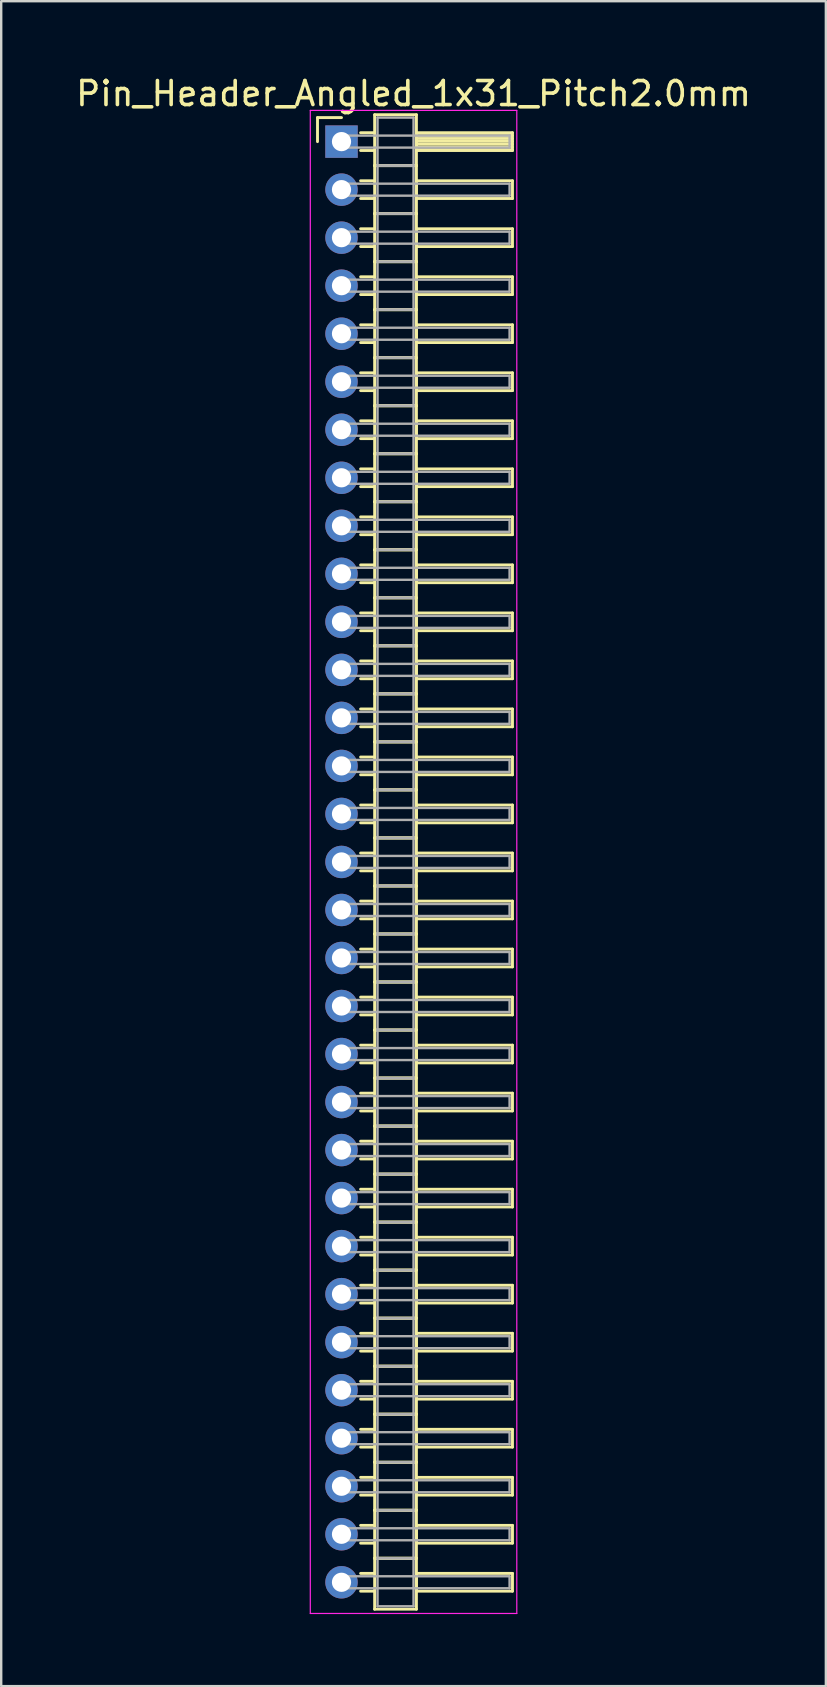
<source format=kicad_pcb>
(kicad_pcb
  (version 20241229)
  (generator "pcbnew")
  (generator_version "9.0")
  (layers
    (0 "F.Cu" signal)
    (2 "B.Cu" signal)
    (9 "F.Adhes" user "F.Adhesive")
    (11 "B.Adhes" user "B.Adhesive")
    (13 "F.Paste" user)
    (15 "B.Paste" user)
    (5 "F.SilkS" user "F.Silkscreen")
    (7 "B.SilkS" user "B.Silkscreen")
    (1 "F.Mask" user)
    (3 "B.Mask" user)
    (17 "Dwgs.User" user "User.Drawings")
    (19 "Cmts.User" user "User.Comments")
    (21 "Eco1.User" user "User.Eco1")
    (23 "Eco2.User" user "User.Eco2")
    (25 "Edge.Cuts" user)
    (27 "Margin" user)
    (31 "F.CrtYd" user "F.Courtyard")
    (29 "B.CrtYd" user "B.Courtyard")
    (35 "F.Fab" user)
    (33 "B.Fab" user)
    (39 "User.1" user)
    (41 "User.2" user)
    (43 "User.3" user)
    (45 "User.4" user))
  (footprint "Pin_Header_Angled_1x31_Pitch2.0mm"
    (layer "F.Cu")
    (at 11.173 2.848)
    (property "Reference" "Pin_Header_Angled_1x31_Pitch2.0mm" (at 3 -2 0) (layer "F.SilkS") (effects (font (size 1 1) (thickness 0.15))))
    (attr through_hole)
    (fp_line (start -1 -1) (end 0 -1) (stroke (width 0.12) (type solid)) (layer "F.SilkS"))
    (fp_line (start -1 0) (end -1 -1) (stroke (width 0.12) (type solid)) (layer "F.SilkS"))
    (fp_line (start 0.795 -0.37) (end 1.38 -0.37) (stroke (width 0.12) (type solid)) (layer "F.SilkS"))
    (fp_line (start 0.795 0.37) (end 1.38 0.37) (stroke (width 0.12) (type solid)) (layer "F.SilkS"))
    (fp_line (start 0.795 1.63) (end 1.38 1.63) (stroke (width 0.12) (type solid)) (layer "F.SilkS"))
    (fp_line (start 0.795 2.37) (end 1.38 2.37) (stroke (width 0.12) (type solid)) (layer "F.SilkS"))
    (fp_line (start 0.795 3.63) (end 1.38 3.63) (stroke (width 0.12) (type solid)) (layer "F.SilkS"))
    (fp_line (start 0.795 4.37) (end 1.38 4.37) (stroke (width 0.12) (type solid)) (layer "F.SilkS"))
    (fp_line (start 0.795 5.63) (end 1.38 5.63) (stroke (width 0.12) (type solid)) (layer "F.SilkS"))
    (fp_line (start 0.795 6.37) (end 1.38 6.37) (stroke (width 0.12) (type solid)) (layer "F.SilkS"))
    (fp_line (start 0.795 7.63) (end 1.38 7.63) (stroke (width 0.12) (type solid)) (layer "F.SilkS"))
    (fp_line (start 0.795 8.37) (end 1.38 8.37) (stroke (width 0.12) (type solid)) (layer "F.SilkS"))
    (fp_line (start 0.795 9.63) (end 1.38 9.63) (stroke (width 0.12) (type solid)) (layer "F.SilkS"))
    (fp_line (start 0.795 10.37) (end 1.38 10.37) (stroke (width 0.12) (type solid)) (layer "F.SilkS"))
    (fp_line (start 0.795 11.63) (end 1.38 11.63) (stroke (width 0.12) (type solid)) (layer "F.SilkS"))
    (fp_line (start 0.795 12.37) (end 1.38 12.37) (stroke (width 0.12) (type solid)) (layer "F.SilkS"))
    (fp_line (start 0.795 13.63) (end 1.38 13.63) (stroke (width 0.12) (type solid)) (layer "F.SilkS"))
    (fp_line (start 0.795 14.37) (end 1.38 14.37) (stroke (width 0.12) (type solid)) (layer "F.SilkS"))
    (fp_line (start 0.795 15.63) (end 1.38 15.63) (stroke (width 0.12) (type solid)) (layer "F.SilkS"))
    (fp_line (start 0.795 16.37) (end 1.38 16.37) (stroke (width 0.12) (type solid)) (layer "F.SilkS"))
    (fp_line (start 0.795 17.63) (end 1.38 17.63) (stroke (width 0.12) (type solid)) (layer "F.SilkS"))
    (fp_line (start 0.795 18.37) (end 1.38 18.37) (stroke (width 0.12) (type solid)) (layer "F.SilkS"))
    (fp_line (start 0.795 19.63) (end 1.38 19.63) (stroke (width 0.12) (type solid)) (layer "F.SilkS"))
    (fp_line (start 0.795 20.37) (end 1.38 20.37) (stroke (width 0.12) (type solid)) (layer "F.SilkS"))
    (fp_line (start 0.795 21.63) (end 1.38 21.63) (stroke (width 0.12) (type solid)) (layer "F.SilkS"))
    (fp_line (start 0.795 22.37) (end 1.38 22.37) (stroke (width 0.12) (type solid)) (layer "F.SilkS"))
    (fp_line (start 0.795 23.63) (end 1.38 23.63) (stroke (width 0.12) (type solid)) (layer "F.SilkS"))
    (fp_line (start 0.795 24.37) (end 1.38 24.37) (stroke (width 0.12) (type solid)) (layer "F.SilkS"))
    (fp_line (start 0.795 25.63) (end 1.38 25.63) (stroke (width 0.12) (type solid)) (layer "F.SilkS"))
    (fp_line (start 0.795 26.37) (end 1.38 26.37) (stroke (width 0.12) (type solid)) (layer "F.SilkS"))
    (fp_line (start 0.795 27.63) (end 1.38 27.63) (stroke (width 0.12) (type solid)) (layer "F.SilkS"))
    (fp_line (start 0.795 28.37) (end 1.38 28.37) (stroke (width 0.12) (type solid)) (layer "F.SilkS"))
    (fp_line (start 0.795 29.63) (end 1.38 29.63) (stroke (width 0.12) (type solid)) (layer "F.SilkS"))
    (fp_line (start 0.795 30.37) (end 1.38 30.37) (stroke (width 0.12) (type solid)) (layer "F.SilkS"))
    (fp_line (start 0.795 31.63) (end 1.38 31.63) (stroke (width 0.12) (type solid)) (layer "F.SilkS"))
    (fp_line (start 0.795 32.37) (end 1.38 32.37) (stroke (width 0.12) (type solid)) (layer "F.SilkS"))
    (fp_line (start 0.795 33.63) (end 1.38 33.63) (stroke (width 0.12) (type solid)) (layer "F.SilkS"))
    (fp_line (start 0.795 34.37) (end 1.38 34.37) (stroke (width 0.12) (type solid)) (layer "F.SilkS"))
    (fp_line (start 0.795 35.63) (end 1.38 35.63) (stroke (width 0.12) (type solid)) (layer "F.SilkS"))
    (fp_line (start 0.795 36.37) (end 1.38 36.37) (stroke (width 0.12) (type solid)) (layer "F.SilkS"))
    (fp_line (start 0.795 37.63) (end 1.38 37.63) (stroke (width 0.12) (type solid)) (layer "F.SilkS"))
    (fp_line (start 0.795 38.37) (end 1.38 38.37) (stroke (width 0.12) (type solid)) (layer "F.SilkS"))
    (fp_line (start 0.795 39.63) (end 1.38 39.63) (stroke (width 0.12) (type solid)) (layer "F.SilkS"))
    (fp_line (start 0.795 40.37) (end 1.38 40.37) (stroke (width 0.12) (type solid)) (layer "F.SilkS"))
    (fp_line (start 0.795 41.63) (end 1.38 41.63) (stroke (width 0.12) (type solid)) (layer "F.SilkS"))
    (fp_line (start 0.795 42.37) (end 1.38 42.37) (stroke (width 0.12) (type solid)) (layer "F.SilkS"))
    (fp_line (start 0.795 43.63) (end 1.38 43.63) (stroke (width 0.12) (type solid)) (layer "F.SilkS"))
    (fp_line (start 0.795 44.37) (end 1.38 44.37) (stroke (width 0.12) (type solid)) (layer "F.SilkS"))
    (fp_line (start 0.795 45.63) (end 1.38 45.63) (stroke (width 0.12) (type solid)) (layer "F.SilkS"))
    (fp_line (start 0.795 46.37) (end 1.38 46.37) (stroke (width 0.12) (type solid)) (layer "F.SilkS"))
    (fp_line (start 0.795 47.63) (end 1.38 47.63) (stroke (width 0.12) (type solid)) (layer "F.SilkS"))
    (fp_line (start 0.795 48.37) (end 1.38 48.37) (stroke (width 0.12) (type solid)) (layer "F.SilkS"))
    (fp_line (start 0.795 49.63) (end 1.38 49.63) (stroke (width 0.12) (type solid)) (layer "F.SilkS"))
    (fp_line (start 0.795 50.37) (end 1.38 50.37) (stroke (width 0.12) (type solid)) (layer "F.SilkS"))
    (fp_line (start 0.795 51.63) (end 1.38 51.63) (stroke (width 0.12) (type solid)) (layer "F.SilkS"))
    (fp_line (start 0.795 52.37) (end 1.38 52.37) (stroke (width 0.12) (type solid)) (layer "F.SilkS"))
    (fp_line (start 0.795 53.63) (end 1.38 53.63) (stroke (width 0.12) (type solid)) (layer "F.SilkS"))
    (fp_line (start 0.795 54.37) (end 1.38 54.37) (stroke (width 0.12) (type solid)) (layer "F.SilkS"))
    (fp_line (start 0.795 55.63) (end 1.38 55.63) (stroke (width 0.12) (type solid)) (layer "F.SilkS"))
    (fp_line (start 0.795 56.37) (end 1.38 56.37) (stroke (width 0.12) (type solid)) (layer "F.SilkS"))
    (fp_line (start 0.795 57.63) (end 1.38 57.63) (stroke (width 0.12) (type solid)) (layer "F.SilkS"))
    (fp_line (start 0.795 58.37) (end 1.38 58.37) (stroke (width 0.12) (type solid)) (layer "F.SilkS"))
    (fp_line (start 0.795 59.63) (end 1.38 59.63) (stroke (width 0.12) (type solid)) (layer "F.SilkS"))
    (fp_line (start 0.795 60.37) (end 1.38 60.37) (stroke (width 0.12) (type solid)) (layer "F.SilkS"))
    (fp_line (start 1.38 -1.12) (end 1.38 1) (stroke (width 0.12) (type solid)) (layer "F.SilkS"))
    (fp_line (start 1.38 1) (end 1.38 3) (stroke (width 0.12) (type solid)) (layer "F.SilkS"))
    (fp_line (start 1.38 1) (end 3.12 1) (stroke (width 0.12) (type solid)) (layer "F.SilkS"))
    (fp_line (start 1.38 3) (end 1.38 5) (stroke (width 0.12) (type solid)) (layer "F.SilkS"))
    (fp_line (start 1.38 3) (end 3.12 3) (stroke (width 0.12) (type solid)) (layer "F.SilkS"))
    (fp_line (start 1.38 5) (end 1.38 7) (stroke (width 0.12) (type solid)) (layer "F.SilkS"))
    (fp_line (start 1.38 5) (end 3.12 5) (stroke (width 0.12) (type solid)) (layer "F.SilkS"))
    (fp_line (start 1.38 7) (end 1.38 9) (stroke (width 0.12) (type solid)) (layer "F.SilkS"))
    (fp_line (start 1.38 7) (end 3.12 7) (stroke (width 0.12) (type solid)) (layer "F.SilkS"))
    (fp_line (start 1.38 9) (end 1.38 11) (stroke (width 0.12) (type solid)) (layer "F.SilkS"))
    (fp_line (start 1.38 9) (end 3.12 9) (stroke (width 0.12) (type solid)) (layer "F.SilkS"))
    (fp_line (start 1.38 11) (end 1.38 13) (stroke (width 0.12) (type solid)) (layer "F.SilkS"))
    (fp_line (start 1.38 11) (end 3.12 11) (stroke (width 0.12) (type solid)) (layer "F.SilkS"))
    (fp_line (start 1.38 13) (end 1.38 15) (stroke (width 0.12) (type solid)) (layer "F.SilkS"))
    (fp_line (start 1.38 13) (end 3.12 13) (stroke (width 0.12) (type solid)) (layer "F.SilkS"))
    (fp_line (start 1.38 15) (end 1.38 17) (stroke (width 0.12) (type solid)) (layer "F.SilkS"))
    (fp_line (start 1.38 15) (end 3.12 15) (stroke (width 0.12) (type solid)) (layer "F.SilkS"))
    (fp_line (start 1.38 17) (end 1.38 19) (stroke (width 0.12) (type solid)) (layer "F.SilkS"))
    (fp_line (start 1.38 17) (end 3.12 17) (stroke (width 0.12) (type solid)) (layer "F.SilkS"))
    (fp_line (start 1.38 19) (end 1.38 21) (stroke (width 0.12) (type solid)) (layer "F.SilkS"))
    (fp_line (start 1.38 19) (end 3.12 19) (stroke (width 0.12) (type solid)) (layer "F.SilkS"))
    (fp_line (start 1.38 21) (end 1.38 23) (stroke (width 0.12) (type solid)) (layer "F.SilkS"))
    (fp_line (start 1.38 21) (end 3.12 21) (stroke (width 0.12) (type solid)) (layer "F.SilkS"))
    (fp_line (start 1.38 23) (end 1.38 25) (stroke (width 0.12) (type solid)) (layer "F.SilkS"))
    (fp_line (start 1.38 23) (end 3.12 23) (stroke (width 0.12) (type solid)) (layer "F.SilkS"))
    (fp_line (start 1.38 25) (end 1.38 27) (stroke (width 0.12) (type solid)) (layer "F.SilkS"))
    (fp_line (start 1.38 25) (end 3.12 25) (stroke (width 0.12) (type solid)) (layer "F.SilkS"))
    (fp_line (start 1.38 27) (end 1.38 29) (stroke (width 0.12) (type solid)) (layer "F.SilkS"))
    (fp_line (start 1.38 27) (end 3.12 27) (stroke (width 0.12) (type solid)) (layer "F.SilkS"))
    (fp_line (start 1.38 29) (end 1.38 31) (stroke (width 0.12) (type solid)) (layer "F.SilkS"))
    (fp_line (start 1.38 29) (end 3.12 29) (stroke (width 0.12) (type solid)) (layer "F.SilkS"))
    (fp_line (start 1.38 31) (end 1.38 33) (stroke (width 0.12) (type solid)) (layer "F.SilkS"))
    (fp_line (start 1.38 31) (end 3.12 31) (stroke (width 0.12) (type solid)) (layer "F.SilkS"))
    (fp_line (start 1.38 33) (end 1.38 35) (stroke (width 0.12) (type solid)) (layer "F.SilkS"))
    (fp_line (start 1.38 33) (end 3.12 33) (stroke (width 0.12) (type solid)) (layer "F.SilkS"))
    (fp_line (start 1.38 35) (end 1.38 37) (stroke (width 0.12) (type solid)) (layer "F.SilkS"))
    (fp_line (start 1.38 35) (end 3.12 35) (stroke (width 0.12) (type solid)) (layer "F.SilkS"))
    (fp_line (start 1.38 37) (end 1.38 39) (stroke (width 0.12) (type solid)) (layer "F.SilkS"))
    (fp_line (start 1.38 37) (end 3.12 37) (stroke (width 0.12) (type solid)) (layer "F.SilkS"))
    (fp_line (start 1.38 39) (end 1.38 41) (stroke (width 0.12) (type solid)) (layer "F.SilkS"))
    (fp_line (start 1.38 39) (end 3.12 39) (stroke (width 0.12) (type solid)) (layer "F.SilkS"))
    (fp_line (start 1.38 41) (end 1.38 43) (stroke (width 0.12) (type solid)) (layer "F.SilkS"))
    (fp_line (start 1.38 41) (end 3.12 41) (stroke (width 0.12) (type solid)) (layer "F.SilkS"))
    (fp_line (start 1.38 43) (end 1.38 45) (stroke (width 0.12) (type solid)) (layer "F.SilkS"))
    (fp_line (start 1.38 43) (end 3.12 43) (stroke (width 0.12) (type solid)) (layer "F.SilkS"))
    (fp_line (start 1.38 45) (end 1.38 47) (stroke (width 0.12) (type solid)) (layer "F.SilkS"))
    (fp_line (start 1.38 45) (end 3.12 45) (stroke (width 0.12) (type solid)) (layer "F.SilkS"))
    (fp_line (start 1.38 47) (end 1.38 49) (stroke (width 0.12) (type solid)) (layer "F.SilkS"))
    (fp_line (start 1.38 47) (end 3.12 47) (stroke (width 0.12) (type solid)) (layer "F.SilkS"))
    (fp_line (start 1.38 49) (end 1.38 51) (stroke (width 0.12) (type solid)) (layer "F.SilkS"))
    (fp_line (start 1.38 49) (end 3.12 49) (stroke (width 0.12) (type solid)) (layer "F.SilkS"))
    (fp_line (start 1.38 51) (end 1.38 53) (stroke (width 0.12) (type solid)) (layer "F.SilkS"))
    (fp_line (start 1.38 51) (end 3.12 51) (stroke (width 0.12) (type solid)) (layer "F.SilkS"))
    (fp_line (start 1.38 53) (end 1.38 55) (stroke (width 0.12) (type solid)) (layer "F.SilkS"))
    (fp_line (start 1.38 53) (end 3.12 53) (stroke (width 0.12) (type solid)) (layer "F.SilkS"))
    (fp_line (start 1.38 55) (end 1.38 57) (stroke (width 0.12) (type solid)) (layer "F.SilkS"))
    (fp_line (start 1.38 55) (end 3.12 55) (stroke (width 0.12) (type solid)) (layer "F.SilkS"))
    (fp_line (start 1.38 57) (end 1.38 59) (stroke (width 0.12) (type solid)) (layer "F.SilkS"))
    (fp_line (start 1.38 57) (end 3.12 57) (stroke (width 0.12) (type solid)) (layer "F.SilkS"))
    (fp_line (start 1.38 59) (end 1.38 61.12) (stroke (width 0.12) (type solid)) (layer "F.SilkS"))
    (fp_line (start 1.38 59) (end 3.12 59) (stroke (width 0.12) (type solid)) (layer "F.SilkS"))
    (fp_line (start 1.38 61.12) (end 3.12 61.12) (stroke (width 0.12) (type solid)) (layer "F.SilkS"))
    (fp_line (start 3.12 -1.12) (end 1.38 -1.12) (stroke (width 0.12) (type solid)) (layer "F.SilkS"))
    (fp_line (start 3.12 -0.37) (end 3.12 0.37) (stroke (width 0.12) (type solid)) (layer "F.SilkS"))
    (fp_line (start 3.12 -0.25) (end 7.12 -0.25) (stroke (width 0.12) (type solid)) (layer "F.SilkS"))
    (fp_line (start 3.12 -0.13) (end 7.12 -0.13) (stroke (width 0.12) (type solid)) (layer "F.SilkS"))
    (fp_line (start 3.12 -0.01) (end 7.12 -0.01) (stroke (width 0.12) (type solid)) (layer "F.SilkS"))
    (fp_line (start 3.12 0.11) (end 7.12 0.11) (stroke (width 0.12) (type solid)) (layer "F.SilkS"))
    (fp_line (start 3.12 0.23) (end 7.12 0.23) (stroke (width 0.12) (type solid)) (layer "F.SilkS"))
    (fp_line (start 3.12 0.35) (end 7.12 0.35) (stroke (width 0.12) (type solid)) (layer "F.SilkS"))
    (fp_line (start 3.12 0.37) (end 7.12 0.37) (stroke (width 0.12) (type solid)) (layer "F.SilkS"))
    (fp_line (start 3.12 1) (end 1.38 1) (stroke (width 0.12) (type solid)) (layer "F.SilkS"))
    (fp_line (start 3.12 1) (end 3.12 -1.12) (stroke (width 0.12) (type solid)) (layer "F.SilkS"))
    (fp_line (start 3.12 1.63) (end 3.12 2.37) (stroke (width 0.12) (type solid)) (layer "F.SilkS"))
    (fp_line (start 3.12 2.37) (end 7.12 2.37) (stroke (width 0.12) (type solid)) (layer "F.SilkS"))
    (fp_line (start 3.12 3) (end 1.38 3) (stroke (width 0.12) (type solid)) (layer "F.SilkS"))
    (fp_line (start 3.12 3) (end 3.12 1) (stroke (width 0.12) (type solid)) (layer "F.SilkS"))
    (fp_line (start 3.12 3.63) (end 3.12 4.37) (stroke (width 0.12) (type solid)) (layer "F.SilkS"))
    (fp_line (start 3.12 4.37) (end 7.12 4.37) (stroke (width 0.12) (type solid)) (layer "F.SilkS"))
    (fp_line (start 3.12 5) (end 1.38 5) (stroke (width 0.12) (type solid)) (layer "F.SilkS"))
    (fp_line (start 3.12 5) (end 3.12 3) (stroke (width 0.12) (type solid)) (layer "F.SilkS"))
    (fp_line (start 3.12 5.63) (end 3.12 6.37) (stroke (width 0.12) (type solid)) (layer "F.SilkS"))
    (fp_line (start 3.12 6.37) (end 7.12 6.37) (stroke (width 0.12) (type solid)) (layer "F.SilkS"))
    (fp_line (start 3.12 7) (end 1.38 7) (stroke (width 0.12) (type solid)) (layer "F.SilkS"))
    (fp_line (start 3.12 7) (end 3.12 5) (stroke (width 0.12) (type solid)) (layer "F.SilkS"))
    (fp_line (start 3.12 7.63) (end 3.12 8.37) (stroke (width 0.12) (type solid)) (layer "F.SilkS"))
    (fp_line (start 3.12 8.37) (end 7.12 8.37) (stroke (width 0.12) (type solid)) (layer "F.SilkS"))
    (fp_line (start 3.12 9) (end 1.38 9) (stroke (width 0.12) (type solid)) (layer "F.SilkS"))
    (fp_line (start 3.12 9) (end 3.12 7) (stroke (width 0.12) (type solid)) (layer "F.SilkS"))
    (fp_line (start 3.12 9.63) (end 3.12 10.37) (stroke (width 0.12) (type solid)) (layer "F.SilkS"))
    (fp_line (start 3.12 10.37) (end 7.12 10.37) (stroke (width 0.12) (type solid)) (layer "F.SilkS"))
    (fp_line (start 3.12 11) (end 1.38 11) (stroke (width 0.12) (type solid)) (layer "F.SilkS"))
    (fp_line (start 3.12 11) (end 3.12 9) (stroke (width 0.12) (type solid)) (layer "F.SilkS"))
    (fp_line (start 3.12 11.63) (end 3.12 12.37) (stroke (width 0.12) (type solid)) (layer "F.SilkS"))
    (fp_line (start 3.12 12.37) (end 7.12 12.37) (stroke (width 0.12) (type solid)) (layer "F.SilkS"))
    (fp_line (start 3.12 13) (end 1.38 13) (stroke (width 0.12) (type solid)) (layer "F.SilkS"))
    (fp_line (start 3.12 13) (end 3.12 11) (stroke (width 0.12) (type solid)) (layer "F.SilkS"))
    (fp_line (start 3.12 13.63) (end 3.12 14.37) (stroke (width 0.12) (type solid)) (layer "F.SilkS"))
    (fp_line (start 3.12 14.37) (end 7.12 14.37) (stroke (width 0.12) (type solid)) (layer "F.SilkS"))
    (fp_line (start 3.12 15) (end 1.38 15) (stroke (width 0.12) (type solid)) (layer "F.SilkS"))
    (fp_line (start 3.12 15) (end 3.12 13) (stroke (width 0.12) (type solid)) (layer "F.SilkS"))
    (fp_line (start 3.12 15.63) (end 3.12 16.37) (stroke (width 0.12) (type solid)) (layer "F.SilkS"))
    (fp_line (start 3.12 16.37) (end 7.12 16.37) (stroke (width 0.12) (type solid)) (layer "F.SilkS"))
    (fp_line (start 3.12 17) (end 1.38 17) (stroke (width 0.12) (type solid)) (layer "F.SilkS"))
    (fp_line (start 3.12 17) (end 3.12 15) (stroke (width 0.12) (type solid)) (layer "F.SilkS"))
    (fp_line (start 3.12 17.63) (end 3.12 18.37) (stroke (width 0.12) (type solid)) (layer "F.SilkS"))
    (fp_line (start 3.12 18.37) (end 7.12 18.37) (stroke (width 0.12) (type solid)) (layer "F.SilkS"))
    (fp_line (start 3.12 19) (end 1.38 19) (stroke (width 0.12) (type solid)) (layer "F.SilkS"))
    (fp_line (start 3.12 19) (end 3.12 17) (stroke (width 0.12) (type solid)) (layer "F.SilkS"))
    (fp_line (start 3.12 19.63) (end 3.12 20.37) (stroke (width 0.12) (type solid)) (layer "F.SilkS"))
    (fp_line (start 3.12 20.37) (end 7.12 20.37) (stroke (width 0.12) (type solid)) (layer "F.SilkS"))
    (fp_line (start 3.12 21) (end 1.38 21) (stroke (width 0.12) (type solid)) (layer "F.SilkS"))
    (fp_line (start 3.12 21) (end 3.12 19) (stroke (width 0.12) (type solid)) (layer "F.SilkS"))
    (fp_line (start 3.12 21.63) (end 3.12 22.37) (stroke (width 0.12) (type solid)) (layer "F.SilkS"))
    (fp_line (start 3.12 22.37) (end 7.12 22.37) (stroke (width 0.12) (type solid)) (layer "F.SilkS"))
    (fp_line (start 3.12 23) (end 1.38 23) (stroke (width 0.12) (type solid)) (layer "F.SilkS"))
    (fp_line (start 3.12 23) (end 3.12 21) (stroke (width 0.12) (type solid)) (layer "F.SilkS"))
    (fp_line (start 3.12 23.63) (end 3.12 24.37) (stroke (width 0.12) (type solid)) (layer "F.SilkS"))
    (fp_line (start 3.12 24.37) (end 7.12 24.37) (stroke (width 0.12) (type solid)) (layer "F.SilkS"))
    (fp_line (start 3.12 25) (end 1.38 25) (stroke (width 0.12) (type solid)) (layer "F.SilkS"))
    (fp_line (start 3.12 25) (end 3.12 23) (stroke (width 0.12) (type solid)) (layer "F.SilkS"))
    (fp_line (start 3.12 25.63) (end 3.12 26.37) (stroke (width 0.12) (type solid)) (layer "F.SilkS"))
    (fp_line (start 3.12 26.37) (end 7.12 26.37) (stroke (width 0.12) (type solid)) (layer "F.SilkS"))
    (fp_line (start 3.12 27) (end 1.38 27) (stroke (width 0.12) (type solid)) (layer "F.SilkS"))
    (fp_line (start 3.12 27) (end 3.12 25) (stroke (width 0.12) (type solid)) (layer "F.SilkS"))
    (fp_line (start 3.12 27.63) (end 3.12 28.37) (stroke (width 0.12) (type solid)) (layer "F.SilkS"))
    (fp_line (start 3.12 28.37) (end 7.12 28.37) (stroke (width 0.12) (type solid)) (layer "F.SilkS"))
    (fp_line (start 3.12 29) (end 1.38 29) (stroke (width 0.12) (type solid)) (layer "F.SilkS"))
    (fp_line (start 3.12 29) (end 3.12 27) (stroke (width 0.12) (type solid)) (layer "F.SilkS"))
    (fp_line (start 3.12 29.63) (end 3.12 30.37) (stroke (width 0.12) (type solid)) (layer "F.SilkS"))
    (fp_line (start 3.12 30.37) (end 7.12 30.37) (stroke (width 0.12) (type solid)) (layer "F.SilkS"))
    (fp_line (start 3.12 31) (end 1.38 31) (stroke (width 0.12) (type solid)) (layer "F.SilkS"))
    (fp_line (start 3.12 31) (end 3.12 29) (stroke (width 0.12) (type solid)) (layer "F.SilkS"))
    (fp_line (start 3.12 31.63) (end 3.12 32.37) (stroke (width 0.12) (type solid)) (layer "F.SilkS"))
    (fp_line (start 3.12 32.37) (end 7.12 32.37) (stroke (width 0.12) (type solid)) (layer "F.SilkS"))
    (fp_line (start 3.12 33) (end 1.38 33) (stroke (width 0.12) (type solid)) (layer "F.SilkS"))
    (fp_line (start 3.12 33) (end 3.12 31) (stroke (width 0.12) (type solid)) (layer "F.SilkS"))
    (fp_line (start 3.12 33.63) (end 3.12 34.37) (stroke (width 0.12) (type solid)) (layer "F.SilkS"))
    (fp_line (start 3.12 34.37) (end 7.12 34.37) (stroke (width 0.12) (type solid)) (layer "F.SilkS"))
    (fp_line (start 3.12 35) (end 1.38 35) (stroke (width 0.12) (type solid)) (layer "F.SilkS"))
    (fp_line (start 3.12 35) (end 3.12 33) (stroke (width 0.12) (type solid)) (layer "F.SilkS"))
    (fp_line (start 3.12 35.63) (end 3.12 36.37) (stroke (width 0.12) (type solid)) (layer "F.SilkS"))
    (fp_line (start 3.12 36.37) (end 7.12 36.37) (stroke (width 0.12) (type solid)) (layer "F.SilkS"))
    (fp_line (start 3.12 37) (end 1.38 37) (stroke (width 0.12) (type solid)) (layer "F.SilkS"))
    (fp_line (start 3.12 37) (end 3.12 35) (stroke (width 0.12) (type solid)) (layer "F.SilkS"))
    (fp_line (start 3.12 37.63) (end 3.12 38.37) (stroke (width 0.12) (type solid)) (layer "F.SilkS"))
    (fp_line (start 3.12 38.37) (end 7.12 38.37) (stroke (width 0.12) (type solid)) (layer "F.SilkS"))
    (fp_line (start 3.12 39) (end 1.38 39) (stroke (width 0.12) (type solid)) (layer "F.SilkS"))
    (fp_line (start 3.12 39) (end 3.12 37) (stroke (width 0.12) (type solid)) (layer "F.SilkS"))
    (fp_line (start 3.12 39.63) (end 3.12 40.37) (stroke (width 0.12) (type solid)) (layer "F.SilkS"))
    (fp_line (start 3.12 40.37) (end 7.12 40.37) (stroke (width 0.12) (type solid)) (layer "F.SilkS"))
    (fp_line (start 3.12 41) (end 1.38 41) (stroke (width 0.12) (type solid)) (layer "F.SilkS"))
    (fp_line (start 3.12 41) (end 3.12 39) (stroke (width 0.12) (type solid)) (layer "F.SilkS"))
    (fp_line (start 3.12 41.63) (end 3.12 42.37) (stroke (width 0.12) (type solid)) (layer "F.SilkS"))
    (fp_line (start 3.12 42.37) (end 7.12 42.37) (stroke (width 0.12) (type solid)) (layer "F.SilkS"))
    (fp_line (start 3.12 43) (end 1.38 43) (stroke (width 0.12) (type solid)) (layer "F.SilkS"))
    (fp_line (start 3.12 43) (end 3.12 41) (stroke (width 0.12) (type solid)) (layer "F.SilkS"))
    (fp_line (start 3.12 43.63) (end 3.12 44.37) (stroke (width 0.12) (type solid)) (layer "F.SilkS"))
    (fp_line (start 3.12 44.37) (end 7.12 44.37) (stroke (width 0.12) (type solid)) (layer "F.SilkS"))
    (fp_line (start 3.12 45) (end 1.38 45) (stroke (width 0.12) (type solid)) (layer "F.SilkS"))
    (fp_line (start 3.12 45) (end 3.12 43) (stroke (width 0.12) (type solid)) (layer "F.SilkS"))
    (fp_line (start 3.12 45.63) (end 3.12 46.37) (stroke (width 0.12) (type solid)) (layer "F.SilkS"))
    (fp_line (start 3.12 46.37) (end 7.12 46.37) (stroke (width 0.12) (type solid)) (layer "F.SilkS"))
    (fp_line (start 3.12 47) (end 1.38 47) (stroke (width 0.12) (type solid)) (layer "F.SilkS"))
    (fp_line (start 3.12 47) (end 3.12 45) (stroke (width 0.12) (type solid)) (layer "F.SilkS"))
    (fp_line (start 3.12 47.63) (end 3.12 48.37) (stroke (width 0.12) (type solid)) (layer "F.SilkS"))
    (fp_line (start 3.12 48.37) (end 7.12 48.37) (stroke (width 0.12) (type solid)) (layer "F.SilkS"))
    (fp_line (start 3.12 49) (end 1.38 49) (stroke (width 0.12) (type solid)) (layer "F.SilkS"))
    (fp_line (start 3.12 49) (end 3.12 47) (stroke (width 0.12) (type solid)) (layer "F.SilkS"))
    (fp_line (start 3.12 49.63) (end 3.12 50.37) (stroke (width 0.12) (type solid)) (layer "F.SilkS"))
    (fp_line (start 3.12 50.37) (end 7.12 50.37) (stroke (width 0.12) (type solid)) (layer "F.SilkS"))
    (fp_line (start 3.12 51) (end 1.38 51) (stroke (width 0.12) (type solid)) (layer "F.SilkS"))
    (fp_line (start 3.12 51) (end 3.12 49) (stroke (width 0.12) (type solid)) (layer "F.SilkS"))
    (fp_line (start 3.12 51.63) (end 3.12 52.37) (stroke (width 0.12) (type solid)) (layer "F.SilkS"))
    (fp_line (start 3.12 52.37) (end 7.12 52.37) (stroke (width 0.12) (type solid)) (layer "F.SilkS"))
    (fp_line (start 3.12 53) (end 1.38 53) (stroke (width 0.12) (type solid)) (layer "F.SilkS"))
    (fp_line (start 3.12 53) (end 3.12 51) (stroke (width 0.12) (type solid)) (layer "F.SilkS"))
    (fp_line (start 3.12 53.63) (end 3.12 54.37) (stroke (width 0.12) (type solid)) (layer "F.SilkS"))
    (fp_line (start 3.12 54.37) (end 7.12 54.37) (stroke (width 0.12) (type solid)) (layer "F.SilkS"))
    (fp_line (start 3.12 55) (end 1.38 55) (stroke (width 0.12) (type solid)) (layer "F.SilkS"))
    (fp_line (start 3.12 55) (end 3.12 53) (stroke (width 0.12) (type solid)) (layer "F.SilkS"))
    (fp_line (start 3.12 55.63) (end 3.12 56.37) (stroke (width 0.12) (type solid)) (layer "F.SilkS"))
    (fp_line (start 3.12 56.37) (end 7.12 56.37) (stroke (width 0.12) (type solid)) (layer "F.SilkS"))
    (fp_line (start 3.12 57) (end 1.38 57) (stroke (width 0.12) (type solid)) (layer "F.SilkS"))
    (fp_line (start 3.12 57) (end 3.12 55) (stroke (width 0.12) (type solid)) (layer "F.SilkS"))
    (fp_line (start 3.12 57.63) (end 3.12 58.37) (stroke (width 0.12) (type solid)) (layer "F.SilkS"))
    (fp_line (start 3.12 58.37) (end 7.12 58.37) (stroke (width 0.12) (type solid)) (layer "F.SilkS"))
    (fp_line (start 3.12 59) (end 1.38 59) (stroke (width 0.12) (type solid)) (layer "F.SilkS"))
    (fp_line (start 3.12 59) (end 3.12 57) (stroke (width 0.12) (type solid)) (layer "F.SilkS"))
    (fp_line (start 3.12 59.63) (end 3.12 60.37) (stroke (width 0.12) (type solid)) (layer "F.SilkS"))
    (fp_line (start 3.12 60.37) (end 7.12 60.37) (stroke (width 0.12) (type solid)) (layer "F.SilkS"))
    (fp_line (start 3.12 61.12) (end 3.12 59) (stroke (width 0.12) (type solid)) (layer "F.SilkS"))
    (fp_line (start 7.12 -0.37) (end 3.12 -0.37) (stroke (width 0.12) (type solid)) (layer "F.SilkS"))
    (fp_line (start 7.12 0.37) (end 7.12 -0.37) (stroke (width 0.12) (type solid)) (layer "F.SilkS"))
    (fp_line (start 7.12 1.63) (end 3.12 1.63) (stroke (width 0.12) (type solid)) (layer "F.SilkS"))
    (fp_line (start 7.12 2.37) (end 7.12 1.63) (stroke (width 0.12) (type solid)) (layer "F.SilkS"))
    (fp_line (start 7.12 3.63) (end 3.12 3.63) (stroke (width 0.12) (type solid)) (layer "F.SilkS"))
    (fp_line (start 7.12 4.37) (end 7.12 3.63) (stroke (width 0.12) (type solid)) (layer "F.SilkS"))
    (fp_line (start 7.12 5.63) (end 3.12 5.63) (stroke (width 0.12) (type solid)) (layer "F.SilkS"))
    (fp_line (start 7.12 6.37) (end 7.12 5.63) (stroke (width 0.12) (type solid)) (layer "F.SilkS"))
    (fp_line (start 7.12 7.63) (end 3.12 7.63) (stroke (width 0.12) (type solid)) (layer "F.SilkS"))
    (fp_line (start 7.12 8.37) (end 7.12 7.63) (stroke (width 0.12) (type solid)) (layer "F.SilkS"))
    (fp_line (start 7.12 9.63) (end 3.12 9.63) (stroke (width 0.12) (type solid)) (layer "F.SilkS"))
    (fp_line (start 7.12 10.37) (end 7.12 9.63) (stroke (width 0.12) (type solid)) (layer "F.SilkS"))
    (fp_line (start 7.12 11.63) (end 3.12 11.63) (stroke (width 0.12) (type solid)) (layer "F.SilkS"))
    (fp_line (start 7.12 12.37) (end 7.12 11.63) (stroke (width 0.12) (type solid)) (layer "F.SilkS"))
    (fp_line (start 7.12 13.63) (end 3.12 13.63) (stroke (width 0.12) (type solid)) (layer "F.SilkS"))
    (fp_line (start 7.12 14.37) (end 7.12 13.63) (stroke (width 0.12) (type solid)) (layer "F.SilkS"))
    (fp_line (start 7.12 15.63) (end 3.12 15.63) (stroke (width 0.12) (type solid)) (layer "F.SilkS"))
    (fp_line (start 7.12 16.37) (end 7.12 15.63) (stroke (width 0.12) (type solid)) (layer "F.SilkS"))
    (fp_line (start 7.12 17.63) (end 3.12 17.63) (stroke (width 0.12) (type solid)) (layer "F.SilkS"))
    (fp_line (start 7.12 18.37) (end 7.12 17.63) (stroke (width 0.12) (type solid)) (layer "F.SilkS"))
    (fp_line (start 7.12 19.63) (end 3.12 19.63) (stroke (width 0.12) (type solid)) (layer "F.SilkS"))
    (fp_line (start 7.12 20.37) (end 7.12 19.63) (stroke (width 0.12) (type solid)) (layer "F.SilkS"))
    (fp_line (start 7.12 21.63) (end 3.12 21.63) (stroke (width 0.12) (type solid)) (layer "F.SilkS"))
    (fp_line (start 7.12 22.37) (end 7.12 21.63) (stroke (width 0.12) (type solid)) (layer "F.SilkS"))
    (fp_line (start 7.12 23.63) (end 3.12 23.63) (stroke (width 0.12) (type solid)) (layer "F.SilkS"))
    (fp_line (start 7.12 24.37) (end 7.12 23.63) (stroke (width 0.12) (type solid)) (layer "F.SilkS"))
    (fp_line (start 7.12 25.63) (end 3.12 25.63) (stroke (width 0.12) (type solid)) (layer "F.SilkS"))
    (fp_line (start 7.12 26.37) (end 7.12 25.63) (stroke (width 0.12) (type solid)) (layer "F.SilkS"))
    (fp_line (start 7.12 27.63) (end 3.12 27.63) (stroke (width 0.12) (type solid)) (layer "F.SilkS"))
    (fp_line (start 7.12 28.37) (end 7.12 27.63) (stroke (width 0.12) (type solid)) (layer "F.SilkS"))
    (fp_line (start 7.12 29.63) (end 3.12 29.63) (stroke (width 0.12) (type solid)) (layer "F.SilkS"))
    (fp_line (start 7.12 30.37) (end 7.12 29.63) (stroke (width 0.12) (type solid)) (layer "F.SilkS"))
    (fp_line (start 7.12 31.63) (end 3.12 31.63) (stroke (width 0.12) (type solid)) (layer "F.SilkS"))
    (fp_line (start 7.12 32.37) (end 7.12 31.63) (stroke (width 0.12) (type solid)) (layer "F.SilkS"))
    (fp_line (start 7.12 33.63) (end 3.12 33.63) (stroke (width 0.12) (type solid)) (layer "F.SilkS"))
    (fp_line (start 7.12 34.37) (end 7.12 33.63) (stroke (width 0.12) (type solid)) (layer "F.SilkS"))
    (fp_line (start 7.12 35.63) (end 3.12 35.63) (stroke (width 0.12) (type solid)) (layer "F.SilkS"))
    (fp_line (start 7.12 36.37) (end 7.12 35.63) (stroke (width 0.12) (type solid)) (layer "F.SilkS"))
    (fp_line (start 7.12 37.63) (end 3.12 37.63) (stroke (width 0.12) (type solid)) (layer "F.SilkS"))
    (fp_line (start 7.12 38.37) (end 7.12 37.63) (stroke (width 0.12) (type solid)) (layer "F.SilkS"))
    (fp_line (start 7.12 39.63) (end 3.12 39.63) (stroke (width 0.12) (type solid)) (layer "F.SilkS"))
    (fp_line (start 7.12 40.37) (end 7.12 39.63) (stroke (width 0.12) (type solid)) (layer "F.SilkS"))
    (fp_line (start 7.12 41.63) (end 3.12 41.63) (stroke (width 0.12) (type solid)) (layer "F.SilkS"))
    (fp_line (start 7.12 42.37) (end 7.12 41.63) (stroke (width 0.12) (type solid)) (layer "F.SilkS"))
    (fp_line (start 7.12 43.63) (end 3.12 43.63) (stroke (width 0.12) (type solid)) (layer "F.SilkS"))
    (fp_line (start 7.12 44.37) (end 7.12 43.63) (stroke (width 0.12) (type solid)) (layer "F.SilkS"))
    (fp_line (start 7.12 45.63) (end 3.12 45.63) (stroke (width 0.12) (type solid)) (layer "F.SilkS"))
    (fp_line (start 7.12 46.37) (end 7.12 45.63) (stroke (width 0.12) (type solid)) (layer "F.SilkS"))
    (fp_line (start 7.12 47.63) (end 3.12 47.63) (stroke (width 0.12) (type solid)) (layer "F.SilkS"))
    (fp_line (start 7.12 48.37) (end 7.12 47.63) (stroke (width 0.12) (type solid)) (layer "F.SilkS"))
    (fp_line (start 7.12 49.63) (end 3.12 49.63) (stroke (width 0.12) (type solid)) (layer "F.SilkS"))
    (fp_line (start 7.12 50.37) (end 7.12 49.63) (stroke (width 0.12) (type solid)) (layer "F.SilkS"))
    (fp_line (start 7.12 51.63) (end 3.12 51.63) (stroke (width 0.12) (type solid)) (layer "F.SilkS"))
    (fp_line (start 7.12 52.37) (end 7.12 51.63) (stroke (width 0.12) (type solid)) (layer "F.SilkS"))
    (fp_line (start 7.12 53.63) (end 3.12 53.63) (stroke (width 0.12) (type solid)) (layer "F.SilkS"))
    (fp_line (start 7.12 54.37) (end 7.12 53.63) (stroke (width 0.12) (type solid)) (layer "F.SilkS"))
    (fp_line (start 7.12 55.63) (end 3.12 55.63) (stroke (width 0.12) (type solid)) (layer "F.SilkS"))
    (fp_line (start 7.12 56.37) (end 7.12 55.63) (stroke (width 0.12) (type solid)) (layer "F.SilkS"))
    (fp_line (start 7.12 57.63) (end 3.12 57.63) (stroke (width 0.12) (type solid)) (layer "F.SilkS"))
    (fp_line (start 7.12 58.37) (end 7.12 57.63) (stroke (width 0.12) (type solid)) (layer "F.SilkS"))
    (fp_line (start 7.12 59.63) (end 3.12 59.63) (stroke (width 0.12) (type solid)) (layer "F.SilkS"))
    (fp_line (start 7.12 60.37) (end 7.12 59.63) (stroke (width 0.12) (type solid)) (layer "F.SilkS"))
    (fp_line (start -1.3 -1.3) (end -1.3 61.3) (stroke (width 0.05) (type solid)) (layer "F.CrtYd"))
    (fp_line (start -1.3 61.3) (end 7.3 61.3) (stroke (width 0.05) (type solid)) (layer "F.CrtYd"))
    (fp_line (start 7.3 -1.3) (end -1.3 -1.3) (stroke (width 0.05) (type solid)) (layer "F.CrtYd"))
    (fp_line (start 7.3 61.3) (end 7.3 -1.3) (stroke (width 0.05) (type solid)) (layer "F.CrtYd"))
    (fp_line (start 0 -0.25) (end 0 0.25) (stroke (width 0.1) (type solid)) (layer "F.Fab"))
    (fp_line (start 0 0.25) (end 7 0.25) (stroke (width 0.1) (type solid)) (layer "F.Fab"))
    (fp_line (start 0 1.75) (end 0 2.25) (stroke (width 0.1) (type solid)) (layer "F.Fab"))
    (fp_line (start 0 2.25) (end 7 2.25) (stroke (width 0.1) (type solid)) (layer "F.Fab"))
    (fp_line (start 0 3.75) (end 0 4.25) (stroke (width 0.1) (type solid)) (layer "F.Fab"))
    (fp_line (start 0 4.25) (end 7 4.25) (stroke (width 0.1) (type solid)) (layer "F.Fab"))
    (fp_line (start 0 5.75) (end 0 6.25) (stroke (width 0.1) (type solid)) (layer "F.Fab"))
    (fp_line (start 0 6.25) (end 7 6.25) (stroke (width 0.1) (type solid)) (layer "F.Fab"))
    (fp_line (start 0 7.75) (end 0 8.25) (stroke (width 0.1) (type solid)) (layer "F.Fab"))
    (fp_line (start 0 8.25) (end 7 8.25) (stroke (width 0.1) (type solid)) (layer "F.Fab"))
    (fp_line (start 0 9.75) (end 0 10.25) (stroke (width 0.1) (type solid)) (layer "F.Fab"))
    (fp_line (start 0 10.25) (end 7 10.25) (stroke (width 0.1) (type solid)) (layer "F.Fab"))
    (fp_line (start 0 11.75) (end 0 12.25) (stroke (width 0.1) (type solid)) (layer "F.Fab"))
    (fp_line (start 0 12.25) (end 7 12.25) (stroke (width 0.1) (type solid)) (layer "F.Fab"))
    (fp_line (start 0 13.75) (end 0 14.25) (stroke (width 0.1) (type solid)) (layer "F.Fab"))
    (fp_line (start 0 14.25) (end 7 14.25) (stroke (width 0.1) (type solid)) (layer "F.Fab"))
    (fp_line (start 0 15.75) (end 0 16.25) (stroke (width 0.1) (type solid)) (layer "F.Fab"))
    (fp_line (start 0 16.25) (end 7 16.25) (stroke (width 0.1) (type solid)) (layer "F.Fab"))
    (fp_line (start 0 17.75) (end 0 18.25) (stroke (width 0.1) (type solid)) (layer "F.Fab"))
    (fp_line (start 0 18.25) (end 7 18.25) (stroke (width 0.1) (type solid)) (layer "F.Fab"))
    (fp_line (start 0 19.75) (end 0 20.25) (stroke (width 0.1) (type solid)) (layer "F.Fab"))
    (fp_line (start 0 20.25) (end 7 20.25) (stroke (width 0.1) (type solid)) (layer "F.Fab"))
    (fp_line (start 0 21.75) (end 0 22.25) (stroke (width 0.1) (type solid)) (layer "F.Fab"))
    (fp_line (start 0 22.25) (end 7 22.25) (stroke (width 0.1) (type solid)) (layer "F.Fab"))
    (fp_line (start 0 23.75) (end 0 24.25) (stroke (width 0.1) (type solid)) (layer "F.Fab"))
    (fp_line (start 0 24.25) (end 7 24.25) (stroke (width 0.1) (type solid)) (layer "F.Fab"))
    (fp_line (start 0 25.75) (end 0 26.25) (stroke (width 0.1) (type solid)) (layer "F.Fab"))
    (fp_line (start 0 26.25) (end 7 26.25) (stroke (width 0.1) (type solid)) (layer "F.Fab"))
    (fp_line (start 0 27.75) (end 0 28.25) (stroke (width 0.1) (type solid)) (layer "F.Fab"))
    (fp_line (start 0 28.25) (end 7 28.25) (stroke (width 0.1) (type solid)) (layer "F.Fab"))
    (fp_line (start 0 29.75) (end 0 30.25) (stroke (width 0.1) (type solid)) (layer "F.Fab"))
    (fp_line (start 0 30.25) (end 7 30.25) (stroke (width 0.1) (type solid)) (layer "F.Fab"))
    (fp_line (start 0 31.75) (end 0 32.25) (stroke (width 0.1) (type solid)) (layer "F.Fab"))
    (fp_line (start 0 32.25) (end 7 32.25) (stroke (width 0.1) (type solid)) (layer "F.Fab"))
    (fp_line (start 0 33.75) (end 0 34.25) (stroke (width 0.1) (type solid)) (layer "F.Fab"))
    (fp_line (start 0 34.25) (end 7 34.25) (stroke (width 0.1) (type solid)) (layer "F.Fab"))
    (fp_line (start 0 35.75) (end 0 36.25) (stroke (width 0.1) (type solid)) (layer "F.Fab"))
    (fp_line (start 0 36.25) (end 7 36.25) (stroke (width 0.1) (type solid)) (layer "F.Fab"))
    (fp_line (start 0 37.75) (end 0 38.25) (stroke (width 0.1) (type solid)) (layer "F.Fab"))
    (fp_line (start 0 38.25) (end 7 38.25) (stroke (width 0.1) (type solid)) (layer "F.Fab"))
    (fp_line (start 0 39.75) (end 0 40.25) (stroke (width 0.1) (type solid)) (layer "F.Fab"))
    (fp_line (start 0 40.25) (end 7 40.25) (stroke (width 0.1) (type solid)) (layer "F.Fab"))
    (fp_line (start 0 41.75) (end 0 42.25) (stroke (width 0.1) (type solid)) (layer "F.Fab"))
    (fp_line (start 0 42.25) (end 7 42.25) (stroke (width 0.1) (type solid)) (layer "F.Fab"))
    (fp_line (start 0 43.75) (end 0 44.25) (stroke (width 0.1) (type solid)) (layer "F.Fab"))
    (fp_line (start 0 44.25) (end 7 44.25) (stroke (width 0.1) (type solid)) (layer "F.Fab"))
    (fp_line (start 0 45.75) (end 0 46.25) (stroke (width 0.1) (type solid)) (layer "F.Fab"))
    (fp_line (start 0 46.25) (end 7 46.25) (stroke (width 0.1) (type solid)) (layer "F.Fab"))
    (fp_line (start 0 47.75) (end 0 48.25) (stroke (width 0.1) (type solid)) (layer "F.Fab"))
    (fp_line (start 0 48.25) (end 7 48.25) (stroke (width 0.1) (type solid)) (layer "F.Fab"))
    (fp_line (start 0 49.75) (end 0 50.25) (stroke (width 0.1) (type solid)) (layer "F.Fab"))
    (fp_line (start 0 50.25) (end 7 50.25) (stroke (width 0.1) (type solid)) (layer "F.Fab"))
    (fp_line (start 0 51.75) (end 0 52.25) (stroke (width 0.1) (type solid)) (layer "F.Fab"))
    (fp_line (start 0 52.25) (end 7 52.25) (stroke (width 0.1) (type solid)) (layer "F.Fab"))
    (fp_line (start 0 53.75) (end 0 54.25) (stroke (width 0.1) (type solid)) (layer "F.Fab"))
    (fp_line (start 0 54.25) (end 7 54.25) (stroke (width 0.1) (type solid)) (layer "F.Fab"))
    (fp_line (start 0 55.75) (end 0 56.25) (stroke (width 0.1) (type solid)) (layer "F.Fab"))
    (fp_line (start 0 56.25) (end 7 56.25) (stroke (width 0.1) (type solid)) (layer "F.Fab"))
    (fp_line (start 0 57.75) (end 0 58.25) (stroke (width 0.1) (type solid)) (layer "F.Fab"))
    (fp_line (start 0 58.25) (end 7 58.25) (stroke (width 0.1) (type solid)) (layer "F.Fab"))
    (fp_line (start 0 59.75) (end 0 60.25) (stroke (width 0.1) (type solid)) (layer "F.Fab"))
    (fp_line (start 0 60.25) (end 7 60.25) (stroke (width 0.1) (type solid)) (layer "F.Fab"))
    (fp_line (start 1.5 -1) (end 1.5 1) (stroke (width 0.1) (type solid)) (layer "F.Fab"))
    (fp_line (start 1.5 1) (end 1.5 3) (stroke (width 0.1) (type solid)) (layer "F.Fab"))
    (fp_line (start 1.5 1) (end 3 1) (stroke (width 0.1) (type solid)) (layer "F.Fab"))
    (fp_line (start 1.5 3) (end 1.5 5) (stroke (width 0.1) (type solid)) (layer "F.Fab"))
    (fp_line (start 1.5 3) (end 3 3) (stroke (width 0.1) (type solid)) (layer "F.Fab"))
    (fp_line (start 1.5 5) (end 1.5 7) (stroke (width 0.1) (type solid)) (layer "F.Fab"))
    (fp_line (start 1.5 5) (end 3 5) (stroke (width 0.1) (type solid)) (layer "F.Fab"))
    (fp_line (start 1.5 7) (end 1.5 9) (stroke (width 0.1) (type solid)) (layer "F.Fab"))
    (fp_line (start 1.5 7) (end 3 7) (stroke (width 0.1) (type solid)) (layer "F.Fab"))
    (fp_line (start 1.5 9) (end 1.5 11) (stroke (width 0.1) (type solid)) (layer "F.Fab"))
    (fp_line (start 1.5 9) (end 3 9) (stroke (width 0.1) (type solid)) (layer "F.Fab"))
    (fp_line (start 1.5 11) (end 1.5 13) (stroke (width 0.1) (type solid)) (layer "F.Fab"))
    (fp_line (start 1.5 11) (end 3 11) (stroke (width 0.1) (type solid)) (layer "F.Fab"))
    (fp_line (start 1.5 13) (end 1.5 15) (stroke (width 0.1) (type solid)) (layer "F.Fab"))
    (fp_line (start 1.5 13) (end 3 13) (stroke (width 0.1) (type solid)) (layer "F.Fab"))
    (fp_line (start 1.5 15) (end 1.5 17) (stroke (width 0.1) (type solid)) (layer "F.Fab"))
    (fp_line (start 1.5 15) (end 3 15) (stroke (width 0.1) (type solid)) (layer "F.Fab"))
    (fp_line (start 1.5 17) (end 1.5 19) (stroke (width 0.1) (type solid)) (layer "F.Fab"))
    (fp_line (start 1.5 17) (end 3 17) (stroke (width 0.1) (type solid)) (layer "F.Fab"))
    (fp_line (start 1.5 19) (end 1.5 21) (stroke (width 0.1) (type solid)) (layer "F.Fab"))
    (fp_line (start 1.5 19) (end 3 19) (stroke (width 0.1) (type solid)) (layer "F.Fab"))
    (fp_line (start 1.5 21) (end 1.5 23) (stroke (width 0.1) (type solid)) (layer "F.Fab"))
    (fp_line (start 1.5 21) (end 3 21) (stroke (width 0.1) (type solid)) (layer "F.Fab"))
    (fp_line (start 1.5 23) (end 1.5 25) (stroke (width 0.1) (type solid)) (layer "F.Fab"))
    (fp_line (start 1.5 23) (end 3 23) (stroke (width 0.1) (type solid)) (layer "F.Fab"))
    (fp_line (start 1.5 25) (end 1.5 27) (stroke (width 0.1) (type solid)) (layer "F.Fab"))
    (fp_line (start 1.5 25) (end 3 25) (stroke (width 0.1) (type solid)) (layer "F.Fab"))
    (fp_line (start 1.5 27) (end 1.5 29) (stroke (width 0.1) (type solid)) (layer "F.Fab"))
    (fp_line (start 1.5 27) (end 3 27) (stroke (width 0.1) (type solid)) (layer "F.Fab"))
    (fp_line (start 1.5 29) (end 1.5 31) (stroke (width 0.1) (type solid)) (layer "F.Fab"))
    (fp_line (start 1.5 29) (end 3 29) (stroke (width 0.1) (type solid)) (layer "F.Fab"))
    (fp_line (start 1.5 31) (end 1.5 33) (stroke (width 0.1) (type solid)) (layer "F.Fab"))
    (fp_line (start 1.5 31) (end 3 31) (stroke (width 0.1) (type solid)) (layer "F.Fab"))
    (fp_line (start 1.5 33) (end 1.5 35) (stroke (width 0.1) (type solid)) (layer "F.Fab"))
    (fp_line (start 1.5 33) (end 3 33) (stroke (width 0.1) (type solid)) (layer "F.Fab"))
    (fp_line (start 1.5 35) (end 1.5 37) (stroke (width 0.1) (type solid)) (layer "F.Fab"))
    (fp_line (start 1.5 35) (end 3 35) (stroke (width 0.1) (type solid)) (layer "F.Fab"))
    (fp_line (start 1.5 37) (end 1.5 39) (stroke (width 0.1) (type solid)) (layer "F.Fab"))
    (fp_line (start 1.5 37) (end 3 37) (stroke (width 0.1) (type solid)) (layer "F.Fab"))
    (fp_line (start 1.5 39) (end 1.5 41) (stroke (width 0.1) (type solid)) (layer "F.Fab"))
    (fp_line (start 1.5 39) (end 3 39) (stroke (width 0.1) (type solid)) (layer "F.Fab"))
    (fp_line (start 1.5 41) (end 1.5 43) (stroke (width 0.1) (type solid)) (layer "F.Fab"))
    (fp_line (start 1.5 41) (end 3 41) (stroke (width 0.1) (type solid)) (layer "F.Fab"))
    (fp_line (start 1.5 43) (end 1.5 45) (stroke (width 0.1) (type solid)) (layer "F.Fab"))
    (fp_line (start 1.5 43) (end 3 43) (stroke (width 0.1) (type solid)) (layer "F.Fab"))
    (fp_line (start 1.5 45) (end 1.5 47) (stroke (width 0.1) (type solid)) (layer "F.Fab"))
    (fp_line (start 1.5 45) (end 3 45) (stroke (width 0.1) (type solid)) (layer "F.Fab"))
    (fp_line (start 1.5 47) (end 1.5 49) (stroke (width 0.1) (type solid)) (layer "F.Fab"))
    (fp_line (start 1.5 47) (end 3 47) (stroke (width 0.1) (type solid)) (layer "F.Fab"))
    (fp_line (start 1.5 49) (end 1.5 51) (stroke (width 0.1) (type solid)) (layer "F.Fab"))
    (fp_line (start 1.5 49) (end 3 49) (stroke (width 0.1) (type solid)) (layer "F.Fab"))
    (fp_line (start 1.5 51) (end 1.5 53) (stroke (width 0.1) (type solid)) (layer "F.Fab"))
    (fp_line (start 1.5 51) (end 3 51) (stroke (width 0.1) (type solid)) (layer "F.Fab"))
    (fp_line (start 1.5 53) (end 1.5 55) (stroke (width 0.1) (type solid)) (layer "F.Fab"))
    (fp_line (start 1.5 53) (end 3 53) (stroke (width 0.1) (type solid)) (layer "F.Fab"))
    (fp_line (start 1.5 55) (end 1.5 57) (stroke (width 0.1) (type solid)) (layer "F.Fab"))
    (fp_line (start 1.5 55) (end 3 55) (stroke (width 0.1) (type solid)) (layer "F.Fab"))
    (fp_line (start 1.5 57) (end 1.5 59) (stroke (width 0.1) (type solid)) (layer "F.Fab"))
    (fp_line (start 1.5 57) (end 3 57) (stroke (width 0.1) (type solid)) (layer "F.Fab"))
    (fp_line (start 1.5 59) (end 1.5 61) (stroke (width 0.1) (type solid)) (layer "F.Fab"))
    (fp_line (start 1.5 59) (end 3 59) (stroke (width 0.1) (type solid)) (layer "F.Fab"))
    (fp_line (start 1.5 61) (end 3 61) (stroke (width 0.1) (type solid)) (layer "F.Fab"))
    (fp_line (start 3 -1) (end 1.5 -1) (stroke (width 0.1) (type solid)) (layer "F.Fab"))
    (fp_line (start 3 1) (end 1.5 1) (stroke (width 0.1) (type solid)) (layer "F.Fab"))
    (fp_line (start 3 1) (end 3 -1) (stroke (width 0.1) (type solid)) (layer "F.Fab"))
    (fp_line (start 3 3) (end 1.5 3) (stroke (width 0.1) (type solid)) (layer "F.Fab"))
    (fp_line (start 3 3) (end 3 1) (stroke (width 0.1) (type solid)) (layer "F.Fab"))
    (fp_line (start 3 5) (end 1.5 5) (stroke (width 0.1) (type solid)) (layer "F.Fab"))
    (fp_line (start 3 5) (end 3 3) (stroke (width 0.1) (type solid)) (layer "F.Fab"))
    (fp_line (start 3 7) (end 1.5 7) (stroke (width 0.1) (type solid)) (layer "F.Fab"))
    (fp_line (start 3 7) (end 3 5) (stroke (width 0.1) (type solid)) (layer "F.Fab"))
    (fp_line (start 3 9) (end 1.5 9) (stroke (width 0.1) (type solid)) (layer "F.Fab"))
    (fp_line (start 3 9) (end 3 7) (stroke (width 0.1) (type solid)) (layer "F.Fab"))
    (fp_line (start 3 11) (end 1.5 11) (stroke (width 0.1) (type solid)) (layer "F.Fab"))
    (fp_line (start 3 11) (end 3 9) (stroke (width 0.1) (type solid)) (layer "F.Fab"))
    (fp_line (start 3 13) (end 1.5 13) (stroke (width 0.1) (type solid)) (layer "F.Fab"))
    (fp_line (start 3 13) (end 3 11) (stroke (width 0.1) (type solid)) (layer "F.Fab"))
    (fp_line (start 3 15) (end 1.5 15) (stroke (width 0.1) (type solid)) (layer "F.Fab"))
    (fp_line (start 3 15) (end 3 13) (stroke (width 0.1) (type solid)) (layer "F.Fab"))
    (fp_line (start 3 17) (end 1.5 17) (stroke (width 0.1) (type solid)) (layer "F.Fab"))
    (fp_line (start 3 17) (end 3 15) (stroke (width 0.1) (type solid)) (layer "F.Fab"))
    (fp_line (start 3 19) (end 1.5 19) (stroke (width 0.1) (type solid)) (layer "F.Fab"))
    (fp_line (start 3 19) (end 3 17) (stroke (width 0.1) (type solid)) (layer "F.Fab"))
    (fp_line (start 3 21) (end 1.5 21) (stroke (width 0.1) (type solid)) (layer "F.Fab"))
    (fp_line (start 3 21) (end 3 19) (stroke (width 0.1) (type solid)) (layer "F.Fab"))
    (fp_line (start 3 23) (end 1.5 23) (stroke (width 0.1) (type solid)) (layer "F.Fab"))
    (fp_line (start 3 23) (end 3 21) (stroke (width 0.1) (type solid)) (layer "F.Fab"))
    (fp_line (start 3 25) (end 1.5 25) (stroke (width 0.1) (type solid)) (layer "F.Fab"))
    (fp_line (start 3 25) (end 3 23) (stroke (width 0.1) (type solid)) (layer "F.Fab"))
    (fp_line (start 3 27) (end 1.5 27) (stroke (width 0.1) (type solid)) (layer "F.Fab"))
    (fp_line (start 3 27) (end 3 25) (stroke (width 0.1) (type solid)) (layer "F.Fab"))
    (fp_line (start 3 29) (end 1.5 29) (stroke (width 0.1) (type solid)) (layer "F.Fab"))
    (fp_line (start 3 29) (end 3 27) (stroke (width 0.1) (type solid)) (layer "F.Fab"))
    (fp_line (start 3 31) (end 1.5 31) (stroke (width 0.1) (type solid)) (layer "F.Fab"))
    (fp_line (start 3 31) (end 3 29) (stroke (width 0.1) (type solid)) (layer "F.Fab"))
    (fp_line (start 3 33) (end 1.5 33) (stroke (width 0.1) (type solid)) (layer "F.Fab"))
    (fp_line (start 3 33) (end 3 31) (stroke (width 0.1) (type solid)) (layer "F.Fab"))
    (fp_line (start 3 35) (end 1.5 35) (stroke (width 0.1) (type solid)) (layer "F.Fab"))
    (fp_line (start 3 35) (end 3 33) (stroke (width 0.1) (type solid)) (layer "F.Fab"))
    (fp_line (start 3 37) (end 1.5 37) (stroke (width 0.1) (type solid)) (layer "F.Fab"))
    (fp_line (start 3 37) (end 3 35) (stroke (width 0.1) (type solid)) (layer "F.Fab"))
    (fp_line (start 3 39) (end 1.5 39) (stroke (width 0.1) (type solid)) (layer "F.Fab"))
    (fp_line (start 3 39) (end 3 37) (stroke (width 0.1) (type solid)) (layer "F.Fab"))
    (fp_line (start 3 41) (end 1.5 41) (stroke (width 0.1) (type solid)) (layer "F.Fab"))
    (fp_line (start 3 41) (end 3 39) (stroke (width 0.1) (type solid)) (layer "F.Fab"))
    (fp_line (start 3 43) (end 1.5 43) (stroke (width 0.1) (type solid)) (layer "F.Fab"))
    (fp_line (start 3 43) (end 3 41) (stroke (width 0.1) (type solid)) (layer "F.Fab"))
    (fp_line (start 3 45) (end 1.5 45) (stroke (width 0.1) (type solid)) (layer "F.Fab"))
    (fp_line (start 3 45) (end 3 43) (stroke (width 0.1) (type solid)) (layer "F.Fab"))
    (fp_line (start 3 47) (end 1.5 47) (stroke (width 0.1) (type solid)) (layer "F.Fab"))
    (fp_line (start 3 47) (end 3 45) (stroke (width 0.1) (type solid)) (layer "F.Fab"))
    (fp_line (start 3 49) (end 1.5 49) (stroke (width 0.1) (type solid)) (layer "F.Fab"))
    (fp_line (start 3 49) (end 3 47) (stroke (width 0.1) (type solid)) (layer "F.Fab"))
    (fp_line (start 3 51) (end 1.5 51) (stroke (width 0.1) (type solid)) (layer "F.Fab"))
    (fp_line (start 3 51) (end 3 49) (stroke (width 0.1) (type solid)) (layer "F.Fab"))
    (fp_line (start 3 53) (end 1.5 53) (stroke (width 0.1) (type solid)) (layer "F.Fab"))
    (fp_line (start 3 53) (end 3 51) (stroke (width 0.1) (type solid)) (layer "F.Fab"))
    (fp_line (start 3 55) (end 1.5 55) (stroke (width 0.1) (type solid)) (layer "F.Fab"))
    (fp_line (start 3 55) (end 3 53) (stroke (width 0.1) (type solid)) (layer "F.Fab"))
    (fp_line (start 3 57) (end 1.5 57) (stroke (width 0.1) (type solid)) (layer "F.Fab"))
    (fp_line (start 3 57) (end 3 55) (stroke (width 0.1) (type solid)) (layer "F.Fab"))
    (fp_line (start 3 59) (end 1.5 59) (stroke (width 0.1) (type solid)) (layer "F.Fab"))
    (fp_line (start 3 59) (end 3 57) (stroke (width 0.1) (type solid)) (layer "F.Fab"))
    (fp_line (start 3 61) (end 3 59) (stroke (width 0.1) (type solid)) (layer "F.Fab"))
    (fp_line (start 7 -0.25) (end 0 -0.25) (stroke (width 0.1) (type solid)) (layer "F.Fab"))
    (fp_line (start 7 0.25) (end 7 -0.25) (stroke (width 0.1) (type solid)) (layer "F.Fab"))
    (fp_line (start 7 1.75) (end 0 1.75) (stroke (width 0.1) (type solid)) (layer "F.Fab"))
    (fp_line (start 7 2.25) (end 7 1.75) (stroke (width 0.1) (type solid)) (layer "F.Fab"))
    (fp_line (start 7 3.75) (end 0 3.75) (stroke (width 0.1) (type solid)) (layer "F.Fab"))
    (fp_line (start 7 4.25) (end 7 3.75) (stroke (width 0.1) (type solid)) (layer "F.Fab"))
    (fp_line (start 7 5.75) (end 0 5.75) (stroke (width 0.1) (type solid)) (layer "F.Fab"))
    (fp_line (start 7 6.25) (end 7 5.75) (stroke (width 0.1) (type solid)) (layer "F.Fab"))
    (fp_line (start 7 7.75) (end 0 7.75) (stroke (width 0.1) (type solid)) (layer "F.Fab"))
    (fp_line (start 7 8.25) (end 7 7.75) (stroke (width 0.1) (type solid)) (layer "F.Fab"))
    (fp_line (start 7 9.75) (end 0 9.75) (stroke (width 0.1) (type solid)) (layer "F.Fab"))
    (fp_line (start 7 10.25) (end 7 9.75) (stroke (width 0.1) (type solid)) (layer "F.Fab"))
    (fp_line (start 7 11.75) (end 0 11.75) (stroke (width 0.1) (type solid)) (layer "F.Fab"))
    (fp_line (start 7 12.25) (end 7 11.75) (stroke (width 0.1) (type solid)) (layer "F.Fab"))
    (fp_line (start 7 13.75) (end 0 13.75) (stroke (width 0.1) (type solid)) (layer "F.Fab"))
    (fp_line (start 7 14.25) (end 7 13.75) (stroke (width 0.1) (type solid)) (layer "F.Fab"))
    (fp_line (start 7 15.75) (end 0 15.75) (stroke (width 0.1) (type solid)) (layer "F.Fab"))
    (fp_line (start 7 16.25) (end 7 15.75) (stroke (width 0.1) (type solid)) (layer "F.Fab"))
    (fp_line (start 7 17.75) (end 0 17.75) (stroke (width 0.1) (type solid)) (layer "F.Fab"))
    (fp_line (start 7 18.25) (end 7 17.75) (stroke (width 0.1) (type solid)) (layer "F.Fab"))
    (fp_line (start 7 19.75) (end 0 19.75) (stroke (width 0.1) (type solid)) (layer "F.Fab"))
    (fp_line (start 7 20.25) (end 7 19.75) (stroke (width 0.1) (type solid)) (layer "F.Fab"))
    (fp_line (start 7 21.75) (end 0 21.75) (stroke (width 0.1) (type solid)) (layer "F.Fab"))
    (fp_line (start 7 22.25) (end 7 21.75) (stroke (width 0.1) (type solid)) (layer "F.Fab"))
    (fp_line (start 7 23.75) (end 0 23.75) (stroke (width 0.1) (type solid)) (layer "F.Fab"))
    (fp_line (start 7 24.25) (end 7 23.75) (stroke (width 0.1) (type solid)) (layer "F.Fab"))
    (fp_line (start 7 25.75) (end 0 25.75) (stroke (width 0.1) (type solid)) (layer "F.Fab"))
    (fp_line (start 7 26.25) (end 7 25.75) (stroke (width 0.1) (type solid)) (layer "F.Fab"))
    (fp_line (start 7 27.75) (end 0 27.75) (stroke (width 0.1) (type solid)) (layer "F.Fab"))
    (fp_line (start 7 28.25) (end 7 27.75) (stroke (width 0.1) (type solid)) (layer "F.Fab"))
    (fp_line (start 7 29.75) (end 0 29.75) (stroke (width 0.1) (type solid)) (layer "F.Fab"))
    (fp_line (start 7 30.25) (end 7 29.75) (stroke (width 0.1) (type solid)) (layer "F.Fab"))
    (fp_line (start 7 31.75) (end 0 31.75) (stroke (width 0.1) (type solid)) (layer "F.Fab"))
    (fp_line (start 7 32.25) (end 7 31.75) (stroke (width 0.1) (type solid)) (layer "F.Fab"))
    (fp_line (start 7 33.75) (end 0 33.75) (stroke (width 0.1) (type solid)) (layer "F.Fab"))
    (fp_line (start 7 34.25) (end 7 33.75) (stroke (width 0.1) (type solid)) (layer "F.Fab"))
    (fp_line (start 7 35.75) (end 0 35.75) (stroke (width 0.1) (type solid)) (layer "F.Fab"))
    (fp_line (start 7 36.25) (end 7 35.75) (stroke (width 0.1) (type solid)) (layer "F.Fab"))
    (fp_line (start 7 37.75) (end 0 37.75) (stroke (width 0.1) (type solid)) (layer "F.Fab"))
    (fp_line (start 7 38.25) (end 7 37.75) (stroke (width 0.1) (type solid)) (layer "F.Fab"))
    (fp_line (start 7 39.75) (end 0 39.75) (stroke (width 0.1) (type solid)) (layer "F.Fab"))
    (fp_line (start 7 40.25) (end 7 39.75) (stroke (width 0.1) (type solid)) (layer "F.Fab"))
    (fp_line (start 7 41.75) (end 0 41.75) (stroke (width 0.1) (type solid)) (layer "F.Fab"))
    (fp_line (start 7 42.25) (end 7 41.75) (stroke (width 0.1) (type solid)) (layer "F.Fab"))
    (fp_line (start 7 43.75) (end 0 43.75) (stroke (width 0.1) (type solid)) (layer "F.Fab"))
    (fp_line (start 7 44.25) (end 7 43.75) (stroke (width 0.1) (type solid)) (layer "F.Fab"))
    (fp_line (start 7 45.75) (end 0 45.75) (stroke (width 0.1) (type solid)) (layer "F.Fab"))
    (fp_line (start 7 46.25) (end 7 45.75) (stroke (width 0.1) (type solid)) (layer "F.Fab"))
    (fp_line (start 7 47.75) (end 0 47.75) (stroke (width 0.1) (type solid)) (layer "F.Fab"))
    (fp_line (start 7 48.25) (end 7 47.75) (stroke (width 0.1) (type solid)) (layer "F.Fab"))
    (fp_line (start 7 49.75) (end 0 49.75) (stroke (width 0.1) (type solid)) (layer "F.Fab"))
    (fp_line (start 7 50.25) (end 7 49.75) (stroke (width 0.1) (type solid)) (layer "F.Fab"))
    (fp_line (start 7 51.75) (end 0 51.75) (stroke (width 0.1) (type solid)) (layer "F.Fab"))
    (fp_line (start 7 52.25) (end 7 51.75) (stroke (width 0.1) (type solid)) (layer "F.Fab"))
    (fp_line (start 7 53.75) (end 0 53.75) (stroke (width 0.1) (type solid)) (layer "F.Fab"))
    (fp_line (start 7 54.25) (end 7 53.75) (stroke (width 0.1) (type solid)) (layer "F.Fab"))
    (fp_line (start 7 55.75) (end 0 55.75) (stroke (width 0.1) (type solid)) (layer "F.Fab"))
    (fp_line (start 7 56.25) (end 7 55.75) (stroke (width 0.1) (type solid)) (layer "F.Fab"))
    (fp_line (start 7 57.75) (end 0 57.75) (stroke (width 0.1) (type solid)) (layer "F.Fab"))
    (fp_line (start 7 58.25) (end 7 57.75) (stroke (width 0.1) (type solid)) (layer "F.Fab"))
    (fp_line (start 7 59.75) (end 0 59.75) (stroke (width 0.1) (type solid)) (layer "F.Fab"))
    (fp_line (start 7 60.25) (end 7 59.75) (stroke (width 0.1) (type solid)) (layer "F.Fab"))
    (pad "1" thru_hole rect (at 0 0) (size 1.35 1.35) (drill 0.8) (layers "*.Cu" "*.Mask"))
    (pad "2" thru_hole oval (at 0 2) (size 1.35 1.35) (drill 0.8) (layers "*.Cu" "*.Mask"))
    (pad "3" thru_hole oval (at 0 4) (size 1.35 1.35) (drill 0.8) (layers "*.Cu" "*.Mask"))
    (pad "4" thru_hole oval (at 0 6) (size 1.35 1.35) (drill 0.8) (layers "*.Cu" "*.Mask"))
    (pad "5" thru_hole oval (at 0 8) (size 1.35 1.35) (drill 0.8) (layers "*.Cu" "*.Mask"))
    (pad "6" thru_hole oval (at 0 10) (size 1.35 1.35) (drill 0.8) (layers "*.Cu" "*.Mask"))
    (pad "7" thru_hole oval (at 0 12) (size 1.35 1.35) (drill 0.8) (layers "*.Cu" "*.Mask"))
    (pad "8" thru_hole oval (at 0 14) (size 1.35 1.35) (drill 0.8) (layers "*.Cu" "*.Mask"))
    (pad "9" thru_hole oval (at 0 16) (size 1.35 1.35) (drill 0.8) (layers "*.Cu" "*.Mask"))
    (pad "10" thru_hole oval (at 0 18) (size 1.35 1.35) (drill 0.8) (layers "*.Cu" "*.Mask"))
    (pad "11" thru_hole oval (at 0 20) (size 1.35 1.35) (drill 0.8) (layers "*.Cu" "*.Mask"))
    (pad "12" thru_hole oval (at 0 22) (size 1.35 1.35) (drill 0.8) (layers "*.Cu" "*.Mask"))
    (pad "13" thru_hole oval (at 0 24) (size 1.35 1.35) (drill 0.8) (layers "*.Cu" "*.Mask"))
    (pad "14" thru_hole oval (at 0 26) (size 1.35 1.35) (drill 0.8) (layers "*.Cu" "*.Mask"))
    (pad "15" thru_hole oval (at 0 28) (size 1.35 1.35) (drill 0.8) (layers "*.Cu" "*.Mask"))
    (pad "16" thru_hole oval (at 0 30) (size 1.35 1.35) (drill 0.8) (layers "*.Cu" "*.Mask"))
    (pad "17" thru_hole oval (at 0 32) (size 1.35 1.35) (drill 0.8) (layers "*.Cu" "*.Mask"))
    (pad "18" thru_hole oval (at 0 34) (size 1.35 1.35) (drill 0.8) (layers "*.Cu" "*.Mask"))
    (pad "19" thru_hole oval (at 0 36) (size 1.35 1.35) (drill 0.8) (layers "*.Cu" "*.Mask"))
    (pad "20" thru_hole oval (at 0 38) (size 1.35 1.35) (drill 0.8) (layers "*.Cu" "*.Mask"))
    (pad "21" thru_hole oval (at 0 40) (size 1.35 1.35) (drill 0.8) (layers "*.Cu" "*.Mask"))
    (pad "22" thru_hole oval (at 0 42) (size 1.35 1.35) (drill 0.8) (layers "*.Cu" "*.Mask"))
    (pad "23" thru_hole oval (at 0 44) (size 1.35 1.35) (drill 0.8) (layers "*.Cu" "*.Mask"))
    (pad "24" thru_hole oval (at 0 46) (size 1.35 1.35) (drill 0.8) (layers "*.Cu" "*.Mask"))
    (pad "25" thru_hole oval (at 0 48) (size 1.35 1.35) (drill 0.8) (layers "*.Cu" "*.Mask"))
    (pad "26" thru_hole oval (at 0 50) (size 1.35 1.35) (drill 0.8) (layers "*.Cu" "*.Mask"))
    (pad "27" thru_hole oval (at 0 52) (size 1.35 1.35) (drill 0.8) (layers "*.Cu" "*.Mask"))
    (pad "28" thru_hole oval (at 0 54) (size 1.35 1.35) (drill 0.8) (layers "*.Cu" "*.Mask"))
    (pad "29" thru_hole oval (at 0 56) (size 1.35 1.35) (drill 0.8) (layers "*.Cu" "*.Mask"))
    (pad "30" thru_hole oval (at 0 58) (size 1.35 1.35) (drill 0.8) (layers "*.Cu" "*.Mask"))
    (pad "31" thru_hole oval (at 0 60) (size 1.35 1.35) (drill 0.8) (layers "*.Cu" "*.Mask")))
  (gr_rect
    (start -3 -3)
    (end 31.345 67.173)
    (stroke (width 0.1) (type default))
    (fill no)
    (layer "Edge.Cuts")))
</source>
